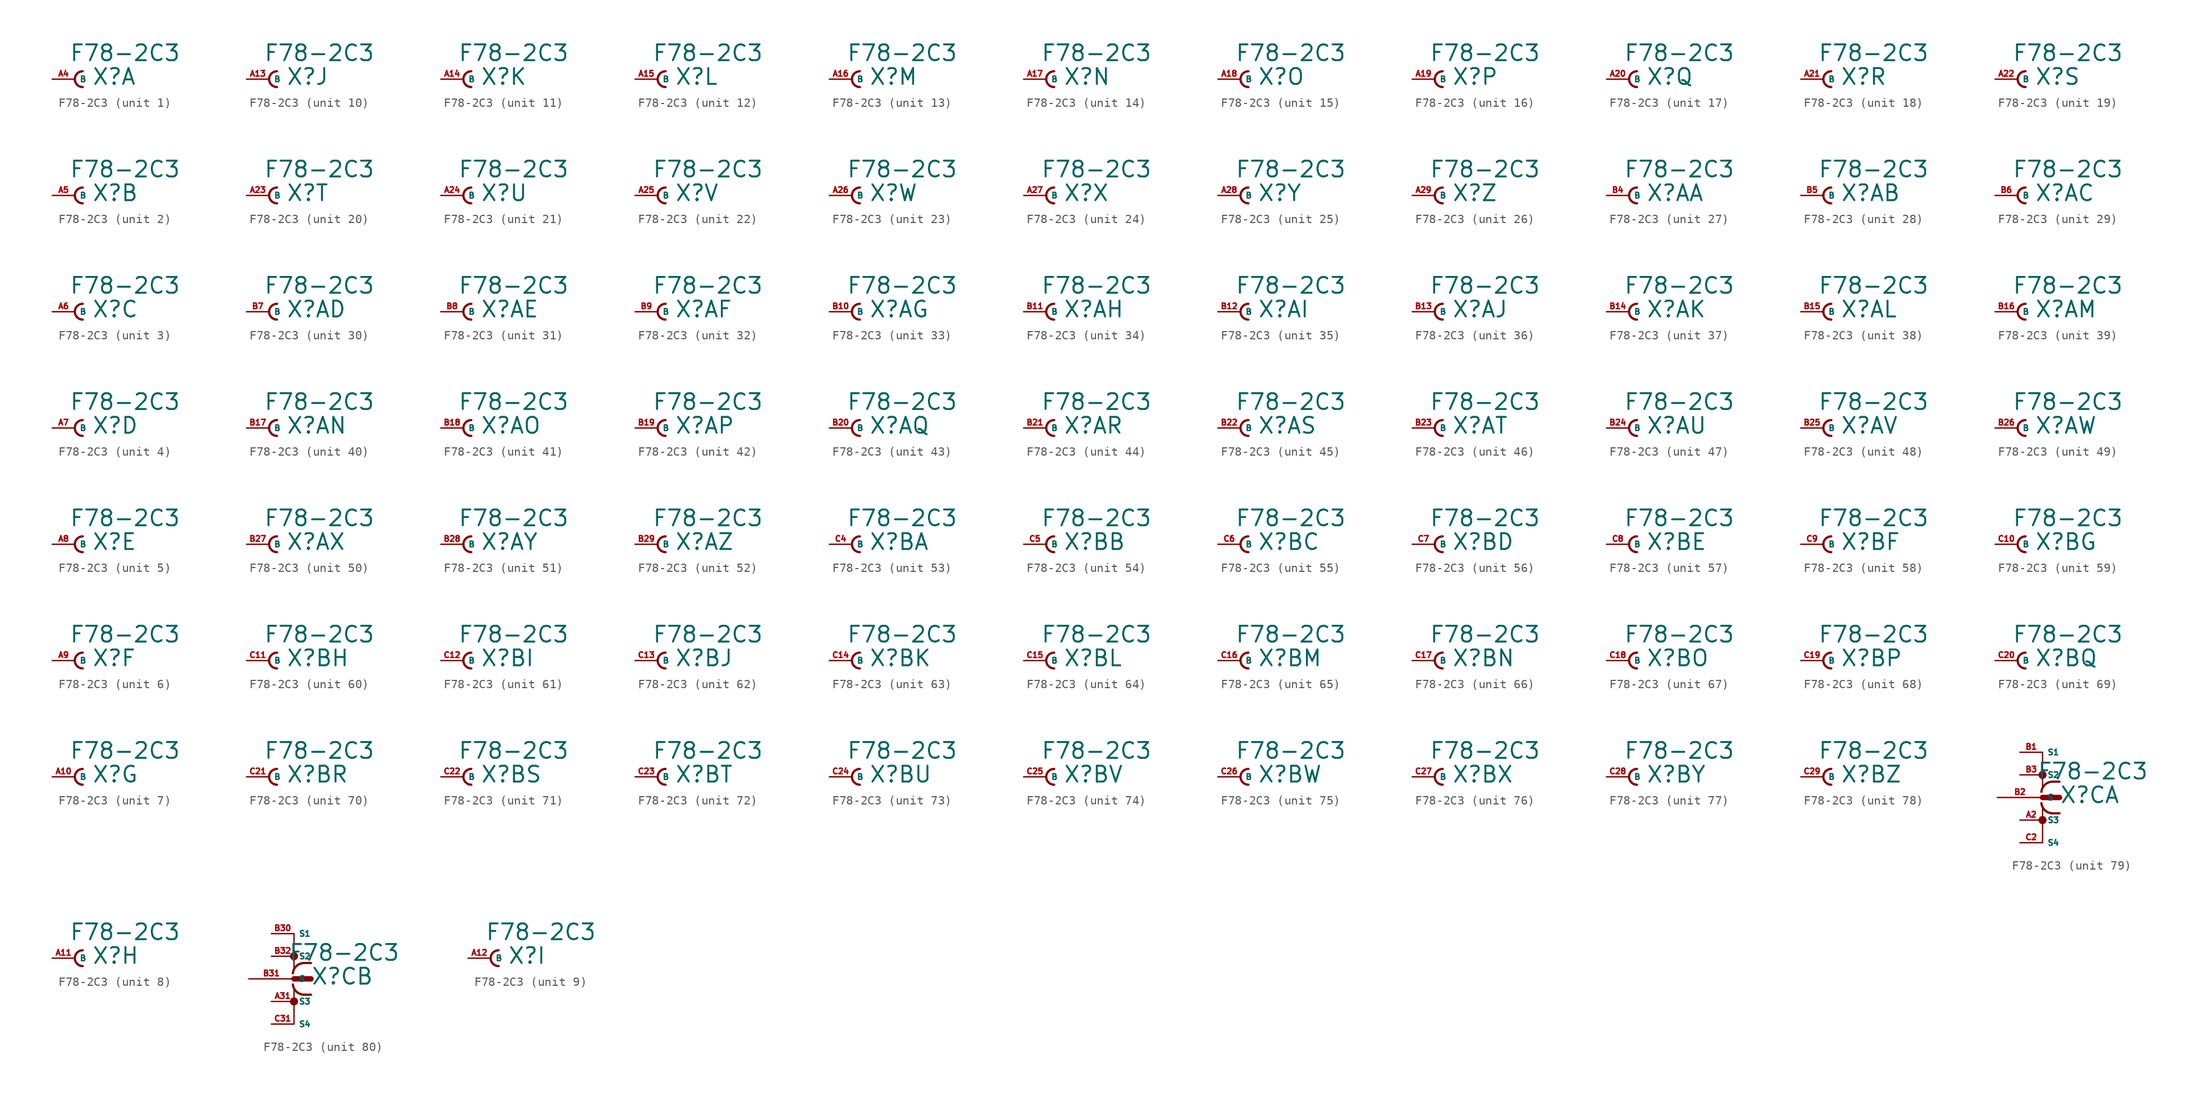
<source format=kicad_sym>
(kicad_symbol_lib
  (version 20220914)
  (generator Eagle2Kicad)
  (symbol "F78-2C3"
    (property "Reference" "X"
      (at 1.905 -0.762 0)
      (effects (font (size 1.778 1.778) (thickness 0.22)) (justify left bottom)))
    (property "Value" "F78-2C3"
      (at -0.635 1.905 0)
      (effects (font (size 1.778 1.778) (thickness 0.22)) (justify left bottom)))
    (symbol "F78-2C3_1_0"
      (arc (start 0.889 0.889) (mid 0.000 0.000) (end 0.889 -0.889) (stroke (width 0.254) (type default)) (fill (type none)))
      (pin passive line (at -2.54 0 0) (length 2.54) (name "B" (effects (font (size 0.635 0.635) (thickness 0.08)) (justify left bottom))) (number "A4" (effects (font (size 0.635 0.635) (thickness 0.08)) (justify left bottom)))))
    (symbol "F78-2C3_2_0"
      (arc (start 0.889 0.889) (mid 0.000 0.000) (end 0.889 -0.889) (stroke (width 0.254) (type default)) (fill (type none)))
      (pin passive line (at -2.54 0 0) (length 2.54) (name "B" (effects (font (size 0.635 0.635) (thickness 0.08)) (justify left bottom))) (number "A5" (effects (font (size 0.635 0.635) (thickness 0.08)) (justify left bottom)))))
    (symbol "F78-2C3_3_0"
      (arc (start 0.889 0.889) (mid 0.000 0.000) (end 0.889 -0.889) (stroke (width 0.254) (type default)) (fill (type none)))
      (pin passive line (at -2.54 0 0) (length 2.54) (name "B" (effects (font (size 0.635 0.635) (thickness 0.08)) (justify left bottom))) (number "A6" (effects (font (size 0.635 0.635) (thickness 0.08)) (justify left bottom)))))
    (symbol "F78-2C3_4_0"
      (arc (start 0.889 0.889) (mid 0.000 0.000) (end 0.889 -0.889) (stroke (width 0.254) (type default)) (fill (type none)))
      (pin passive line (at -2.54 0 0) (length 2.54) (name "B" (effects (font (size 0.635 0.635) (thickness 0.08)) (justify left bottom))) (number "A7" (effects (font (size 0.635 0.635) (thickness 0.08)) (justify left bottom)))))
    (symbol "F78-2C3_5_0"
      (arc (start 0.889 0.889) (mid 0.000 0.000) (end 0.889 -0.889) (stroke (width 0.254) (type default)) (fill (type none)))
      (pin passive line (at -2.54 0 0) (length 2.54) (name "B" (effects (font (size 0.635 0.635) (thickness 0.08)) (justify left bottom))) (number "A8" (effects (font (size 0.635 0.635) (thickness 0.08)) (justify left bottom)))))
    (symbol "F78-2C3_6_0"
      (arc (start 0.889 0.889) (mid 0.000 0.000) (end 0.889 -0.889) (stroke (width 0.254) (type default)) (fill (type none)))
      (pin passive line (at -2.54 0 0) (length 2.54) (name "B" (effects (font (size 0.635 0.635) (thickness 0.08)) (justify left bottom))) (number "A9" (effects (font (size 0.635 0.635) (thickness 0.08)) (justify left bottom)))))
    (symbol "F78-2C3_7_0"
      (arc (start 0.889 0.889) (mid 0.000 0.000) (end 0.889 -0.889) (stroke (width 0.254) (type default)) (fill (type none)))
      (pin passive line (at -2.54 0 0) (length 2.54) (name "B" (effects (font (size 0.635 0.635) (thickness 0.08)) (justify left bottom))) (number "A10" (effects (font (size 0.635 0.635) (thickness 0.08)) (justify left bottom)))))
    (symbol "F78-2C3_8_0"
      (arc (start 0.889 0.889) (mid 0.000 0.000) (end 0.889 -0.889) (stroke (width 0.254) (type default)) (fill (type none)))
      (pin passive line (at -2.54 0 0) (length 2.54) (name "B" (effects (font (size 0.635 0.635) (thickness 0.08)) (justify left bottom))) (number "A11" (effects (font (size 0.635 0.635) (thickness 0.08)) (justify left bottom)))))
    (symbol "F78-2C3_9_0"
      (arc (start 0.889 0.889) (mid 0.000 0.000) (end 0.889 -0.889) (stroke (width 0.254) (type default)) (fill (type none)))
      (pin passive line (at -2.54 0 0) (length 2.54) (name "B" (effects (font (size 0.635 0.635) (thickness 0.08)) (justify left bottom))) (number "A12" (effects (font (size 0.635 0.635) (thickness 0.08)) (justify left bottom)))))
    (symbol "F78-2C3_10_0"
      (arc (start 0.889 0.889) (mid 0.000 0.000) (end 0.889 -0.889) (stroke (width 0.254) (type default)) (fill (type none)))
      (pin passive line (at -2.54 0 0) (length 2.54) (name "B" (effects (font (size 0.635 0.635) (thickness 0.08)) (justify left bottom))) (number "A13" (effects (font (size 0.635 0.635) (thickness 0.08)) (justify left bottom)))))
    (symbol "F78-2C3_11_0"
      (arc (start 0.889 0.889) (mid 0.000 0.000) (end 0.889 -0.889) (stroke (width 0.254) (type default)) (fill (type none)))
      (pin passive line (at -2.54 0 0) (length 2.54) (name "B" (effects (font (size 0.635 0.635) (thickness 0.08)) (justify left bottom))) (number "A14" (effects (font (size 0.635 0.635) (thickness 0.08)) (justify left bottom)))))
    (symbol "F78-2C3_12_0"
      (arc (start 0.889 0.889) (mid 0.000 0.000) (end 0.889 -0.889) (stroke (width 0.254) (type default)) (fill (type none)))
      (pin passive line (at -2.54 0 0) (length 2.54) (name "B" (effects (font (size 0.635 0.635) (thickness 0.08)) (justify left bottom))) (number "A15" (effects (font (size 0.635 0.635) (thickness 0.08)) (justify left bottom)))))
    (symbol "F78-2C3_13_0"
      (arc (start 0.889 0.889) (mid 0.000 0.000) (end 0.889 -0.889) (stroke (width 0.254) (type default)) (fill (type none)))
      (pin passive line (at -2.54 0 0) (length 2.54) (name "B" (effects (font (size 0.635 0.635) (thickness 0.08)) (justify left bottom))) (number "A16" (effects (font (size 0.635 0.635) (thickness 0.08)) (justify left bottom)))))
    (symbol "F78-2C3_14_0"
      (arc (start 0.889 0.889) (mid 0.000 0.000) (end 0.889 -0.889) (stroke (width 0.254) (type default)) (fill (type none)))
      (pin passive line (at -2.54 0 0) (length 2.54) (name "B" (effects (font (size 0.635 0.635) (thickness 0.08)) (justify left bottom))) (number "A17" (effects (font (size 0.635 0.635) (thickness 0.08)) (justify left bottom)))))
    (symbol "F78-2C3_15_0"
      (arc (start 0.889 0.889) (mid 0.000 0.000) (end 0.889 -0.889) (stroke (width 0.254) (type default)) (fill (type none)))
      (pin passive line (at -2.54 0 0) (length 2.54) (name "B" (effects (font (size 0.635 0.635) (thickness 0.08)) (justify left bottom))) (number "A18" (effects (font (size 0.635 0.635) (thickness 0.08)) (justify left bottom)))))
    (symbol "F78-2C3_16_0"
      (arc (start 0.889 0.889) (mid 0.000 0.000) (end 0.889 -0.889) (stroke (width 0.254) (type default)) (fill (type none)))
      (pin passive line (at -2.54 0 0) (length 2.54) (name "B" (effects (font (size 0.635 0.635) (thickness 0.08)) (justify left bottom))) (number "A19" (effects (font (size 0.635 0.635) (thickness 0.08)) (justify left bottom)))))
    (symbol "F78-2C3_17_0"
      (arc (start 0.889 0.889) (mid 0.000 0.000) (end 0.889 -0.889) (stroke (width 0.254) (type default)) (fill (type none)))
      (pin passive line (at -2.54 0 0) (length 2.54) (name "B" (effects (font (size 0.635 0.635) (thickness 0.08)) (justify left bottom))) (number "A20" (effects (font (size 0.635 0.635) (thickness 0.08)) (justify left bottom)))))
    (symbol "F78-2C3_18_0"
      (arc (start 0.889 0.889) (mid 0.000 0.000) (end 0.889 -0.889) (stroke (width 0.254) (type default)) (fill (type none)))
      (pin passive line (at -2.54 0 0) (length 2.54) (name "B" (effects (font (size 0.635 0.635) (thickness 0.08)) (justify left bottom))) (number "A21" (effects (font (size 0.635 0.635) (thickness 0.08)) (justify left bottom)))))
    (symbol "F78-2C3_19_0"
      (arc (start 0.889 0.889) (mid 0.000 0.000) (end 0.889 -0.889) (stroke (width 0.254) (type default)) (fill (type none)))
      (pin passive line (at -2.54 0 0) (length 2.54) (name "B" (effects (font (size 0.635 0.635) (thickness 0.08)) (justify left bottom))) (number "A22" (effects (font (size 0.635 0.635) (thickness 0.08)) (justify left bottom)))))
    (symbol "F78-2C3_20_0"
      (arc (start 0.889 0.889) (mid 0.000 0.000) (end 0.889 -0.889) (stroke (width 0.254) (type default)) (fill (type none)))
      (pin passive line (at -2.54 0 0) (length 2.54) (name "B" (effects (font (size 0.635 0.635) (thickness 0.08)) (justify left bottom))) (number "A23" (effects (font (size 0.635 0.635) (thickness 0.08)) (justify left bottom)))))
    (symbol "F78-2C3_21_0"
      (arc (start 0.889 0.889) (mid 0.000 0.000) (end 0.889 -0.889) (stroke (width 0.254) (type default)) (fill (type none)))
      (pin passive line (at -2.54 0 0) (length 2.54) (name "B" (effects (font (size 0.635 0.635) (thickness 0.08)) (justify left bottom))) (number "A24" (effects (font (size 0.635 0.635) (thickness 0.08)) (justify left bottom)))))
    (symbol "F78-2C3_22_0"
      (arc (start 0.889 0.889) (mid 0.000 0.000) (end 0.889 -0.889) (stroke (width 0.254) (type default)) (fill (type none)))
      (pin passive line (at -2.54 0 0) (length 2.54) (name "B" (effects (font (size 0.635 0.635) (thickness 0.08)) (justify left bottom))) (number "A25" (effects (font (size 0.635 0.635) (thickness 0.08)) (justify left bottom)))))
    (symbol "F78-2C3_23_0"
      (arc (start 0.889 0.889) (mid 0.000 0.000) (end 0.889 -0.889) (stroke (width 0.254) (type default)) (fill (type none)))
      (pin passive line (at -2.54 0 0) (length 2.54) (name "B" (effects (font (size 0.635 0.635) (thickness 0.08)) (justify left bottom))) (number "A26" (effects (font (size 0.635 0.635) (thickness 0.08)) (justify left bottom)))))
    (symbol "F78-2C3_24_0"
      (arc (start 0.889 0.889) (mid 0.000 0.000) (end 0.889 -0.889) (stroke (width 0.254) (type default)) (fill (type none)))
      (pin passive line (at -2.54 0 0) (length 2.54) (name "B" (effects (font (size 0.635 0.635) (thickness 0.08)) (justify left bottom))) (number "A27" (effects (font (size 0.635 0.635) (thickness 0.08)) (justify left bottom)))))
    (symbol "F78-2C3_25_0"
      (arc (start 0.889 0.889) (mid 0.000 0.000) (end 0.889 -0.889) (stroke (width 0.254) (type default)) (fill (type none)))
      (pin passive line (at -2.54 0 0) (length 2.54) (name "B" (effects (font (size 0.635 0.635) (thickness 0.08)) (justify left bottom))) (number "A28" (effects (font (size 0.635 0.635) (thickness 0.08)) (justify left bottom)))))
    (symbol "F78-2C3_26_0"
      (arc (start 0.889 0.889) (mid 0.000 0.000) (end 0.889 -0.889) (stroke (width 0.254) (type default)) (fill (type none)))
      (pin passive line (at -2.54 0 0) (length 2.54) (name "B" (effects (font (size 0.635 0.635) (thickness 0.08)) (justify left bottom))) (number "A29" (effects (font (size 0.635 0.635) (thickness 0.08)) (justify left bottom)))))
    (symbol "F78-2C3_27_0"
      (arc (start 0.889 0.889) (mid 0.000 0.000) (end 0.889 -0.889) (stroke (width 0.254) (type default)) (fill (type none)))
      (pin passive line (at -2.54 0 0) (length 2.54) (name "B" (effects (font (size 0.635 0.635) (thickness 0.08)) (justify left bottom))) (number "B4" (effects (font (size 0.635 0.635) (thickness 0.08)) (justify left bottom)))))
    (symbol "F78-2C3_28_0"
      (arc (start 0.889 0.889) (mid 0.000 0.000) (end 0.889 -0.889) (stroke (width 0.254) (type default)) (fill (type none)))
      (pin passive line (at -2.54 0 0) (length 2.54) (name "B" (effects (font (size 0.635 0.635) (thickness 0.08)) (justify left bottom))) (number "B5" (effects (font (size 0.635 0.635) (thickness 0.08)) (justify left bottom)))))
    (symbol "F78-2C3_29_0"
      (arc (start 0.889 0.889) (mid 0.000 0.000) (end 0.889 -0.889) (stroke (width 0.254) (type default)) (fill (type none)))
      (pin passive line (at -2.54 0 0) (length 2.54) (name "B" (effects (font (size 0.635 0.635) (thickness 0.08)) (justify left bottom))) (number "B6" (effects (font (size 0.635 0.635) (thickness 0.08)) (justify left bottom)))))
    (symbol "F78-2C3_30_0"
      (arc (start 0.889 0.889) (mid 0.000 0.000) (end 0.889 -0.889) (stroke (width 0.254) (type default)) (fill (type none)))
      (pin passive line (at -2.54 0 0) (length 2.54) (name "B" (effects (font (size 0.635 0.635) (thickness 0.08)) (justify left bottom))) (number "B7" (effects (font (size 0.635 0.635) (thickness 0.08)) (justify left bottom)))))
    (symbol "F78-2C3_31_0"
      (arc (start 0.889 0.889) (mid 0.000 0.000) (end 0.889 -0.889) (stroke (width 0.254) (type default)) (fill (type none)))
      (pin passive line (at -2.54 0 0) (length 2.54) (name "B" (effects (font (size 0.635 0.635) (thickness 0.08)) (justify left bottom))) (number "B8" (effects (font (size 0.635 0.635) (thickness 0.08)) (justify left bottom)))))
    (symbol "F78-2C3_32_0"
      (arc (start 0.889 0.889) (mid 0.000 0.000) (end 0.889 -0.889) (stroke (width 0.254) (type default)) (fill (type none)))
      (pin passive line (at -2.54 0 0) (length 2.54) (name "B" (effects (font (size 0.635 0.635) (thickness 0.08)) (justify left bottom))) (number "B9" (effects (font (size 0.635 0.635) (thickness 0.08)) (justify left bottom)))))
    (symbol "F78-2C3_33_0"
      (arc (start 0.889 0.889) (mid 0.000 0.000) (end 0.889 -0.889) (stroke (width 0.254) (type default)) (fill (type none)))
      (pin passive line (at -2.54 0 0) (length 2.54) (name "B" (effects (font (size 0.635 0.635) (thickness 0.08)) (justify left bottom))) (number "B10" (effects (font (size 0.635 0.635) (thickness 0.08)) (justify left bottom)))))
    (symbol "F78-2C3_34_0"
      (arc (start 0.889 0.889) (mid 0.000 0.000) (end 0.889 -0.889) (stroke (width 0.254) (type default)) (fill (type none)))
      (pin passive line (at -2.54 0 0) (length 2.54) (name "B" (effects (font (size 0.635 0.635) (thickness 0.08)) (justify left bottom))) (number "B11" (effects (font (size 0.635 0.635) (thickness 0.08)) (justify left bottom)))))
    (symbol "F78-2C3_35_0"
      (arc (start 0.889 0.889) (mid 0.000 0.000) (end 0.889 -0.889) (stroke (width 0.254) (type default)) (fill (type none)))
      (pin passive line (at -2.54 0 0) (length 2.54) (name "B" (effects (font (size 0.635 0.635) (thickness 0.08)) (justify left bottom))) (number "B12" (effects (font (size 0.635 0.635) (thickness 0.08)) (justify left bottom)))))
    (symbol "F78-2C3_36_0"
      (arc (start 0.889 0.889) (mid 0.000 0.000) (end 0.889 -0.889) (stroke (width 0.254) (type default)) (fill (type none)))
      (pin passive line (at -2.54 0 0) (length 2.54) (name "B" (effects (font (size 0.635 0.635) (thickness 0.08)) (justify left bottom))) (number "B13" (effects (font (size 0.635 0.635) (thickness 0.08)) (justify left bottom)))))
    (symbol "F78-2C3_37_0"
      (arc (start 0.889 0.889) (mid 0.000 0.000) (end 0.889 -0.889) (stroke (width 0.254) (type default)) (fill (type none)))
      (pin passive line (at -2.54 0 0) (length 2.54) (name "B" (effects (font (size 0.635 0.635) (thickness 0.08)) (justify left bottom))) (number "B14" (effects (font (size 0.635 0.635) (thickness 0.08)) (justify left bottom)))))
    (symbol "F78-2C3_38_0"
      (arc (start 0.889 0.889) (mid 0.000 0.000) (end 0.889 -0.889) (stroke (width 0.254) (type default)) (fill (type none)))
      (pin passive line (at -2.54 0 0) (length 2.54) (name "B" (effects (font (size 0.635 0.635) (thickness 0.08)) (justify left bottom))) (number "B15" (effects (font (size 0.635 0.635) (thickness 0.08)) (justify left bottom)))))
    (symbol "F78-2C3_39_0"
      (arc (start 0.889 0.889) (mid 0.000 0.000) (end 0.889 -0.889) (stroke (width 0.254) (type default)) (fill (type none)))
      (pin passive line (at -2.54 0 0) (length 2.54) (name "B" (effects (font (size 0.635 0.635) (thickness 0.08)) (justify left bottom))) (number "B16" (effects (font (size 0.635 0.635) (thickness 0.08)) (justify left bottom)))))
    (symbol "F78-2C3_40_0"
      (arc (start 0.889 0.889) (mid 0.000 0.000) (end 0.889 -0.889) (stroke (width 0.254) (type default)) (fill (type none)))
      (pin passive line (at -2.54 0 0) (length 2.54) (name "B" (effects (font (size 0.635 0.635) (thickness 0.08)) (justify left bottom))) (number "B17" (effects (font (size 0.635 0.635) (thickness 0.08)) (justify left bottom)))))
    (symbol "F78-2C3_41_0"
      (arc (start 0.889 0.889) (mid 0.000 0.000) (end 0.889 -0.889) (stroke (width 0.254) (type default)) (fill (type none)))
      (pin passive line (at -2.54 0 0) (length 2.54) (name "B" (effects (font (size 0.635 0.635) (thickness 0.08)) (justify left bottom))) (number "B18" (effects (font (size 0.635 0.635) (thickness 0.08)) (justify left bottom)))))
    (symbol "F78-2C3_42_0"
      (arc (start 0.889 0.889) (mid 0.000 0.000) (end 0.889 -0.889) (stroke (width 0.254) (type default)) (fill (type none)))
      (pin passive line (at -2.54 0 0) (length 2.54) (name "B" (effects (font (size 0.635 0.635) (thickness 0.08)) (justify left bottom))) (number "B19" (effects (font (size 0.635 0.635) (thickness 0.08)) (justify left bottom)))))
    (symbol "F78-2C3_43_0"
      (arc (start 0.889 0.889) (mid 0.000 0.000) (end 0.889 -0.889) (stroke (width 0.254) (type default)) (fill (type none)))
      (pin passive line (at -2.54 0 0) (length 2.54) (name "B" (effects (font (size 0.635 0.635) (thickness 0.08)) (justify left bottom))) (number "B20" (effects (font (size 0.635 0.635) (thickness 0.08)) (justify left bottom)))))
    (symbol "F78-2C3_44_0"
      (arc (start 0.889 0.889) (mid 0.000 0.000) (end 0.889 -0.889) (stroke (width 0.254) (type default)) (fill (type none)))
      (pin passive line (at -2.54 0 0) (length 2.54) (name "B" (effects (font (size 0.635 0.635) (thickness 0.08)) (justify left bottom))) (number "B21" (effects (font (size 0.635 0.635) (thickness 0.08)) (justify left bottom)))))
    (symbol "F78-2C3_45_0"
      (arc (start 0.889 0.889) (mid 0.000 0.000) (end 0.889 -0.889) (stroke (width 0.254) (type default)) (fill (type none)))
      (pin passive line (at -2.54 0 0) (length 2.54) (name "B" (effects (font (size 0.635 0.635) (thickness 0.08)) (justify left bottom))) (number "B22" (effects (font (size 0.635 0.635) (thickness 0.08)) (justify left bottom)))))
    (symbol "F78-2C3_46_0"
      (arc (start 0.889 0.889) (mid 0.000 0.000) (end 0.889 -0.889) (stroke (width 0.254) (type default)) (fill (type none)))
      (pin passive line (at -2.54 0 0) (length 2.54) (name "B" (effects (font (size 0.635 0.635) (thickness 0.08)) (justify left bottom))) (number "B23" (effects (font (size 0.635 0.635) (thickness 0.08)) (justify left bottom)))))
    (symbol "F78-2C3_47_0"
      (arc (start 0.889 0.889) (mid 0.000 0.000) (end 0.889 -0.889) (stroke (width 0.254) (type default)) (fill (type none)))
      (pin passive line (at -2.54 0 0) (length 2.54) (name "B" (effects (font (size 0.635 0.635) (thickness 0.08)) (justify left bottom))) (number "B24" (effects (font (size 0.635 0.635) (thickness 0.08)) (justify left bottom)))))
    (symbol "F78-2C3_48_0"
      (arc (start 0.889 0.889) (mid 0.000 0.000) (end 0.889 -0.889) (stroke (width 0.254) (type default)) (fill (type none)))
      (pin passive line (at -2.54 0 0) (length 2.54) (name "B" (effects (font (size 0.635 0.635) (thickness 0.08)) (justify left bottom))) (number "B25" (effects (font (size 0.635 0.635) (thickness 0.08)) (justify left bottom)))))
    (symbol "F78-2C3_49_0"
      (arc (start 0.889 0.889) (mid 0.000 0.000) (end 0.889 -0.889) (stroke (width 0.254) (type default)) (fill (type none)))
      (pin passive line (at -2.54 0 0) (length 2.54) (name "B" (effects (font (size 0.635 0.635) (thickness 0.08)) (justify left bottom))) (number "B26" (effects (font (size 0.635 0.635) (thickness 0.08)) (justify left bottom)))))
    (symbol "F78-2C3_50_0"
      (arc (start 0.889 0.889) (mid 0.000 0.000) (end 0.889 -0.889) (stroke (width 0.254) (type default)) (fill (type none)))
      (pin passive line (at -2.54 0 0) (length 2.54) (name "B" (effects (font (size 0.635 0.635) (thickness 0.08)) (justify left bottom))) (number "B27" (effects (font (size 0.635 0.635) (thickness 0.08)) (justify left bottom)))))
    (symbol "F78-2C3_51_0"
      (arc (start 0.889 0.889) (mid 0.000 0.000) (end 0.889 -0.889) (stroke (width 0.254) (type default)) (fill (type none)))
      (pin passive line (at -2.54 0 0) (length 2.54) (name "B" (effects (font (size 0.635 0.635) (thickness 0.08)) (justify left bottom))) (number "B28" (effects (font (size 0.635 0.635) (thickness 0.08)) (justify left bottom)))))
    (symbol "F78-2C3_52_0"
      (arc (start 0.889 0.889) (mid 0.000 0.000) (end 0.889 -0.889) (stroke (width 0.254) (type default)) (fill (type none)))
      (pin passive line (at -2.54 0 0) (length 2.54) (name "B" (effects (font (size 0.635 0.635) (thickness 0.08)) (justify left bottom))) (number "B29" (effects (font (size 0.635 0.635) (thickness 0.08)) (justify left bottom)))))
    (symbol "F78-2C3_53_0"
      (arc (start 0.889 0.889) (mid 0.000 0.000) (end 0.889 -0.889) (stroke (width 0.254) (type default)) (fill (type none)))
      (pin passive line (at -2.54 0 0) (length 2.54) (name "B" (effects (font (size 0.635 0.635) (thickness 0.08)) (justify left bottom))) (number "C4" (effects (font (size 0.635 0.635) (thickness 0.08)) (justify left bottom)))))
    (symbol "F78-2C3_54_0"
      (arc (start 0.889 0.889) (mid 0.000 0.000) (end 0.889 -0.889) (stroke (width 0.254) (type default)) (fill (type none)))
      (pin passive line (at -2.54 0 0) (length 2.54) (name "B" (effects (font (size 0.635 0.635) (thickness 0.08)) (justify left bottom))) (number "C5" (effects (font (size 0.635 0.635) (thickness 0.08)) (justify left bottom)))))
    (symbol "F78-2C3_55_0"
      (arc (start 0.889 0.889) (mid 0.000 0.000) (end 0.889 -0.889) (stroke (width 0.254) (type default)) (fill (type none)))
      (pin passive line (at -2.54 0 0) (length 2.54) (name "B" (effects (font (size 0.635 0.635) (thickness 0.08)) (justify left bottom))) (number "C6" (effects (font (size 0.635 0.635) (thickness 0.08)) (justify left bottom)))))
    (symbol "F78-2C3_56_0"
      (arc (start 0.889 0.889) (mid 0.000 0.000) (end 0.889 -0.889) (stroke (width 0.254) (type default)) (fill (type none)))
      (pin passive line (at -2.54 0 0) (length 2.54) (name "B" (effects (font (size 0.635 0.635) (thickness 0.08)) (justify left bottom))) (number "C7" (effects (font (size 0.635 0.635) (thickness 0.08)) (justify left bottom)))))
    (symbol "F78-2C3_57_0"
      (arc (start 0.889 0.889) (mid 0.000 0.000) (end 0.889 -0.889) (stroke (width 0.254) (type default)) (fill (type none)))
      (pin passive line (at -2.54 0 0) (length 2.54) (name "B" (effects (font (size 0.635 0.635) (thickness 0.08)) (justify left bottom))) (number "C8" (effects (font (size 0.635 0.635) (thickness 0.08)) (justify left bottom)))))
    (symbol "F78-2C3_58_0"
      (arc (start 0.889 0.889) (mid 0.000 0.000) (end 0.889 -0.889) (stroke (width 0.254) (type default)) (fill (type none)))
      (pin passive line (at -2.54 0 0) (length 2.54) (name "B" (effects (font (size 0.635 0.635) (thickness 0.08)) (justify left bottom))) (number "C9" (effects (font (size 0.635 0.635) (thickness 0.08)) (justify left bottom)))))
    (symbol "F78-2C3_59_0"
      (arc (start 0.889 0.889) (mid 0.000 0.000) (end 0.889 -0.889) (stroke (width 0.254) (type default)) (fill (type none)))
      (pin passive line (at -2.54 0 0) (length 2.54) (name "B" (effects (font (size 0.635 0.635) (thickness 0.08)) (justify left bottom))) (number "C10" (effects (font (size 0.635 0.635) (thickness 0.08)) (justify left bottom)))))
    (symbol "F78-2C3_60_0"
      (arc (start 0.889 0.889) (mid 0.000 0.000) (end 0.889 -0.889) (stroke (width 0.254) (type default)) (fill (type none)))
      (pin passive line (at -2.54 0 0) (length 2.54) (name "B" (effects (font (size 0.635 0.635) (thickness 0.08)) (justify left bottom))) (number "C11" (effects (font (size 0.635 0.635) (thickness 0.08)) (justify left bottom)))))
    (symbol "F78-2C3_61_0"
      (arc (start 0.889 0.889) (mid 0.000 0.000) (end 0.889 -0.889) (stroke (width 0.254) (type default)) (fill (type none)))
      (pin passive line (at -2.54 0 0) (length 2.54) (name "B" (effects (font (size 0.635 0.635) (thickness 0.08)) (justify left bottom))) (number "C12" (effects (font (size 0.635 0.635) (thickness 0.08)) (justify left bottom)))))
    (symbol "F78-2C3_62_0"
      (arc (start 0.889 0.889) (mid 0.000 0.000) (end 0.889 -0.889) (stroke (width 0.254) (type default)) (fill (type none)))
      (pin passive line (at -2.54 0 0) (length 2.54) (name "B" (effects (font (size 0.635 0.635) (thickness 0.08)) (justify left bottom))) (number "C13" (effects (font (size 0.635 0.635) (thickness 0.08)) (justify left bottom)))))
    (symbol "F78-2C3_63_0"
      (arc (start 0.889 0.889) (mid 0.000 0.000) (end 0.889 -0.889) (stroke (width 0.254) (type default)) (fill (type none)))
      (pin passive line (at -2.54 0 0) (length 2.54) (name "B" (effects (font (size 0.635 0.635) (thickness 0.08)) (justify left bottom))) (number "C14" (effects (font (size 0.635 0.635) (thickness 0.08)) (justify left bottom)))))
    (symbol "F78-2C3_64_0"
      (arc (start 0.889 0.889) (mid 0.000 0.000) (end 0.889 -0.889) (stroke (width 0.254) (type default)) (fill (type none)))
      (pin passive line (at -2.54 0 0) (length 2.54) (name "B" (effects (font (size 0.635 0.635) (thickness 0.08)) (justify left bottom))) (number "C15" (effects (font (size 0.635 0.635) (thickness 0.08)) (justify left bottom)))))
    (symbol "F78-2C3_65_0"
      (arc (start 0.889 0.889) (mid 0.000 0.000) (end 0.889 -0.889) (stroke (width 0.254) (type default)) (fill (type none)))
      (pin passive line (at -2.54 0 0) (length 2.54) (name "B" (effects (font (size 0.635 0.635) (thickness 0.08)) (justify left bottom))) (number "C16" (effects (font (size 0.635 0.635) (thickness 0.08)) (justify left bottom)))))
    (symbol "F78-2C3_66_0"
      (arc (start 0.889 0.889) (mid 0.000 0.000) (end 0.889 -0.889) (stroke (width 0.254) (type default)) (fill (type none)))
      (pin passive line (at -2.54 0 0) (length 2.54) (name "B" (effects (font (size 0.635 0.635) (thickness 0.08)) (justify left bottom))) (number "C17" (effects (font (size 0.635 0.635) (thickness 0.08)) (justify left bottom)))))
    (symbol "F78-2C3_67_0"
      (arc (start 0.889 0.889) (mid 0.000 0.000) (end 0.889 -0.889) (stroke (width 0.254) (type default)) (fill (type none)))
      (pin passive line (at -2.54 0 0) (length 2.54) (name "B" (effects (font (size 0.635 0.635) (thickness 0.08)) (justify left bottom))) (number "C18" (effects (font (size 0.635 0.635) (thickness 0.08)) (justify left bottom)))))
    (symbol "F78-2C3_68_0"
      (arc (start 0.889 0.889) (mid 0.000 0.000) (end 0.889 -0.889) (stroke (width 0.254) (type default)) (fill (type none)))
      (pin passive line (at -2.54 0 0) (length 2.54) (name "B" (effects (font (size 0.635 0.635) (thickness 0.08)) (justify left bottom))) (number "C19" (effects (font (size 0.635 0.635) (thickness 0.08)) (justify left bottom)))))
    (symbol "F78-2C3_69_0"
      (arc (start 0.889 0.889) (mid 0.000 0.000) (end 0.889 -0.889) (stroke (width 0.254) (type default)) (fill (type none)))
      (pin passive line (at -2.54 0 0) (length 2.54) (name "B" (effects (font (size 0.635 0.635) (thickness 0.08)) (justify left bottom))) (number "C20" (effects (font (size 0.635 0.635) (thickness 0.08)) (justify left bottom)))))
    (symbol "F78-2C3_70_0"
      (arc (start 0.889 0.889) (mid 0.000 0.000) (end 0.889 -0.889) (stroke (width 0.254) (type default)) (fill (type none)))
      (pin passive line (at -2.54 0 0) (length 2.54) (name "B" (effects (font (size 0.635 0.635) (thickness 0.08)) (justify left bottom))) (number "C21" (effects (font (size 0.635 0.635) (thickness 0.08)) (justify left bottom)))))
    (symbol "F78-2C3_71_0"
      (arc (start 0.889 0.889) (mid 0.000 0.000) (end 0.889 -0.889) (stroke (width 0.254) (type default)) (fill (type none)))
      (pin passive line (at -2.54 0 0) (length 2.54) (name "B" (effects (font (size 0.635 0.635) (thickness 0.08)) (justify left bottom))) (number "C22" (effects (font (size 0.635 0.635) (thickness 0.08)) (justify left bottom)))))
    (symbol "F78-2C3_72_0"
      (arc (start 0.889 0.889) (mid 0.000 0.000) (end 0.889 -0.889) (stroke (width 0.254) (type default)) (fill (type none)))
      (pin passive line (at -2.54 0 0) (length 2.54) (name "B" (effects (font (size 0.635 0.635) (thickness 0.08)) (justify left bottom))) (number "C23" (effects (font (size 0.635 0.635) (thickness 0.08)) (justify left bottom)))))
    (symbol "F78-2C3_73_0"
      (arc (start 0.889 0.889) (mid 0.000 0.000) (end 0.889 -0.889) (stroke (width 0.254) (type default)) (fill (type none)))
      (pin passive line (at -2.54 0 0) (length 2.54) (name "B" (effects (font (size 0.635 0.635) (thickness 0.08)) (justify left bottom))) (number "C24" (effects (font (size 0.635 0.635) (thickness 0.08)) (justify left bottom)))))
    (symbol "F78-2C3_74_0"
      (arc (start 0.889 0.889) (mid 0.000 0.000) (end 0.889 -0.889) (stroke (width 0.254) (type default)) (fill (type none)))
      (pin passive line (at -2.54 0 0) (length 2.54) (name "B" (effects (font (size 0.635 0.635) (thickness 0.08)) (justify left bottom))) (number "C25" (effects (font (size 0.635 0.635) (thickness 0.08)) (justify left bottom)))))
    (symbol "F78-2C3_75_0"
      (arc (start 0.889 0.889) (mid 0.000 0.000) (end 0.889 -0.889) (stroke (width 0.254) (type default)) (fill (type none)))
      (pin passive line (at -2.54 0 0) (length 2.54) (name "B" (effects (font (size 0.635 0.635) (thickness 0.08)) (justify left bottom))) (number "C26" (effects (font (size 0.635 0.635) (thickness 0.08)) (justify left bottom)))))
    (symbol "F78-2C3_76_0"
      (arc (start 0.889 0.889) (mid 0.000 0.000) (end 0.889 -0.889) (stroke (width 0.254) (type default)) (fill (type none)))
      (pin passive line (at -2.54 0 0) (length 2.54) (name "B" (effects (font (size 0.635 0.635) (thickness 0.08)) (justify left bottom))) (number "C27" (effects (font (size 0.635 0.635) (thickness 0.08)) (justify left bottom)))))
    (symbol "F78-2C3_77_0"
      (arc (start 0.889 0.889) (mid 0.000 0.000) (end 0.889 -0.889) (stroke (width 0.254) (type default)) (fill (type none)))
      (pin passive line (at -2.54 0 0) (length 2.54) (name "B" (effects (font (size 0.635 0.635) (thickness 0.08)) (justify left bottom))) (number "C28" (effects (font (size 0.635 0.635) (thickness 0.08)) (justify left bottom)))))
    (symbol "F78-2C3_78_0"
      (arc (start 0.889 0.889) (mid 0.000 0.000) (end 0.889 -0.889) (stroke (width 0.254) (type default)) (fill (type none)))
      (pin passive line (at -2.54 0 0) (length 2.54) (name "B" (effects (font (size 0.635 0.635) (thickness 0.08)) (justify left bottom))) (number "C29" (effects (font (size 0.635 0.635) (thickness 0.08)) (justify left bottom)))))
    (symbol "F78-2C3_79_0"
      (polyline (pts (xy 0 0) (xy 1.905 0)) (stroke (width 0.61) (type default)) (fill (type none)))
      (polyline (pts (xy 0 5.08) (xy 0 1.27)) (stroke (width 0.152) (type default)) (fill (type none)))
      (polyline (pts (xy 0 -5.08) (xy 0 -1.27)) (stroke (width 0.152) (type default)) (fill (type none)))
      (polyline (pts (xy 1.905 1.778) (xy 1.143 1.778)) (stroke (width 0.254) (type default)) (fill (type none)))
      (polyline (pts (xy 1.905 -1.778) (xy 1.143 -1.778)) (stroke (width 0.254) (type default)) (fill (type none)))
      (arc (start 1.143 1.778) (mid 0.287 1.452) (end -0.127 0.635) (stroke (width 0.254) (type default)) (fill (type none)))
      (arc (start -0.127 -0.635) (mid 0.287 -1.452) (end 1.143 -1.778) (stroke (width 0.254) (type default)) (fill (type none)))
      (circle (center 0 2.54) (radius 0.254) (stroke (width 0.406) (type default)) (fill (type none)))
      (circle (center 0 -2.54) (radius 0.254) (stroke (width 0.406) (type default)) (fill (type none)))
      (pin passive line (at -5.08 0 0) (length 5.08) (name "S" (effects (font (size 0.635 0.635) (thickness 0.08)) (justify left bottom))) (number "B2" (effects (font (size 0.635 0.635) (thickness 0.08)) (justify left bottom))))
      (pin passive line (at -2.54 5.08 0) (length 2.54) (name "S1" (effects (font (size 0.635 0.635) (thickness 0.08)) (justify left bottom))) (number "B1" (effects (font (size 0.635 0.635) (thickness 0.08)) (justify left bottom))))
      (pin passive line (at -2.54 2.54 0) (length 2.54) (name "S2" (effects (font (size 0.635 0.635) (thickness 0.08)) (justify left bottom))) (number "B3" (effects (font (size 0.635 0.635) (thickness 0.08)) (justify left bottom))))
      (pin passive line (at -2.54 -2.54 0) (length 2.54) (name "S3" (effects (font (size 0.635 0.635) (thickness 0.08)) (justify left bottom))) (number "A2" (effects (font (size 0.635 0.635) (thickness 0.08)) (justify left bottom))))
      (pin passive line (at -2.54 -5.08 0) (length 2.54) (name "S4" (effects (font (size 0.635 0.635) (thickness 0.08)) (justify left bottom))) (number "C2" (effects (font (size 0.635 0.635) (thickness 0.08)) (justify left bottom)))))
    (symbol "F78-2C3_80_0"
      (polyline (pts (xy 0 0) (xy 1.905 0)) (stroke (width 0.61) (type default)) (fill (type none)))
      (polyline (pts (xy 0 5.08) (xy 0 1.27)) (stroke (width 0.152) (type default)) (fill (type none)))
      (polyline (pts (xy 0 -5.08) (xy 0 -1.27)) (stroke (width 0.152) (type default)) (fill (type none)))
      (polyline (pts (xy 1.905 1.778) (xy 1.143 1.778)) (stroke (width 0.254) (type default)) (fill (type none)))
      (polyline (pts (xy 1.905 -1.778) (xy 1.143 -1.778)) (stroke (width 0.254) (type default)) (fill (type none)))
      (arc (start 1.143 1.778) (mid 0.287 1.452) (end -0.127 0.635) (stroke (width 0.254) (type default)) (fill (type none)))
      (arc (start -0.127 -0.635) (mid 0.287 -1.452) (end 1.143 -1.778) (stroke (width 0.254) (type default)) (fill (type none)))
      (circle (center 0 2.54) (radius 0.254) (stroke (width 0.406) (type default)) (fill (type none)))
      (circle (center 0 -2.54) (radius 0.254) (stroke (width 0.406) (type default)) (fill (type none)))
      (pin passive line (at -5.08 0 0) (length 5.08) (name "S" (effects (font (size 0.635 0.635) (thickness 0.08)) (justify left bottom))) (number "B31" (effects (font (size 0.635 0.635) (thickness 0.08)) (justify left bottom))))
      (pin passive line (at -2.54 5.08 0) (length 2.54) (name "S1" (effects (font (size 0.635 0.635) (thickness 0.08)) (justify left bottom))) (number "B30" (effects (font (size 0.635 0.635) (thickness 0.08)) (justify left bottom))))
      (pin passive line (at -2.54 2.54 0) (length 2.54) (name "S2" (effects (font (size 0.635 0.635) (thickness 0.08)) (justify left bottom))) (number "B32" (effects (font (size 0.635 0.635) (thickness 0.08)) (justify left bottom))))
      (pin passive line (at -2.54 -2.54 0) (length 2.54) (name "S3" (effects (font (size 0.635 0.635) (thickness 0.08)) (justify left bottom))) (number "A31" (effects (font (size 0.635 0.635) (thickness 0.08)) (justify left bottom))))
      (pin passive line (at -2.54 -5.08 0) (length 2.54) (name "S4" (effects (font (size 0.635 0.635) (thickness 0.08)) (justify left bottom))) (number "C31" (effects (font (size 0.635 0.635) (thickness 0.08)) (justify left bottom)))))))
</source>
